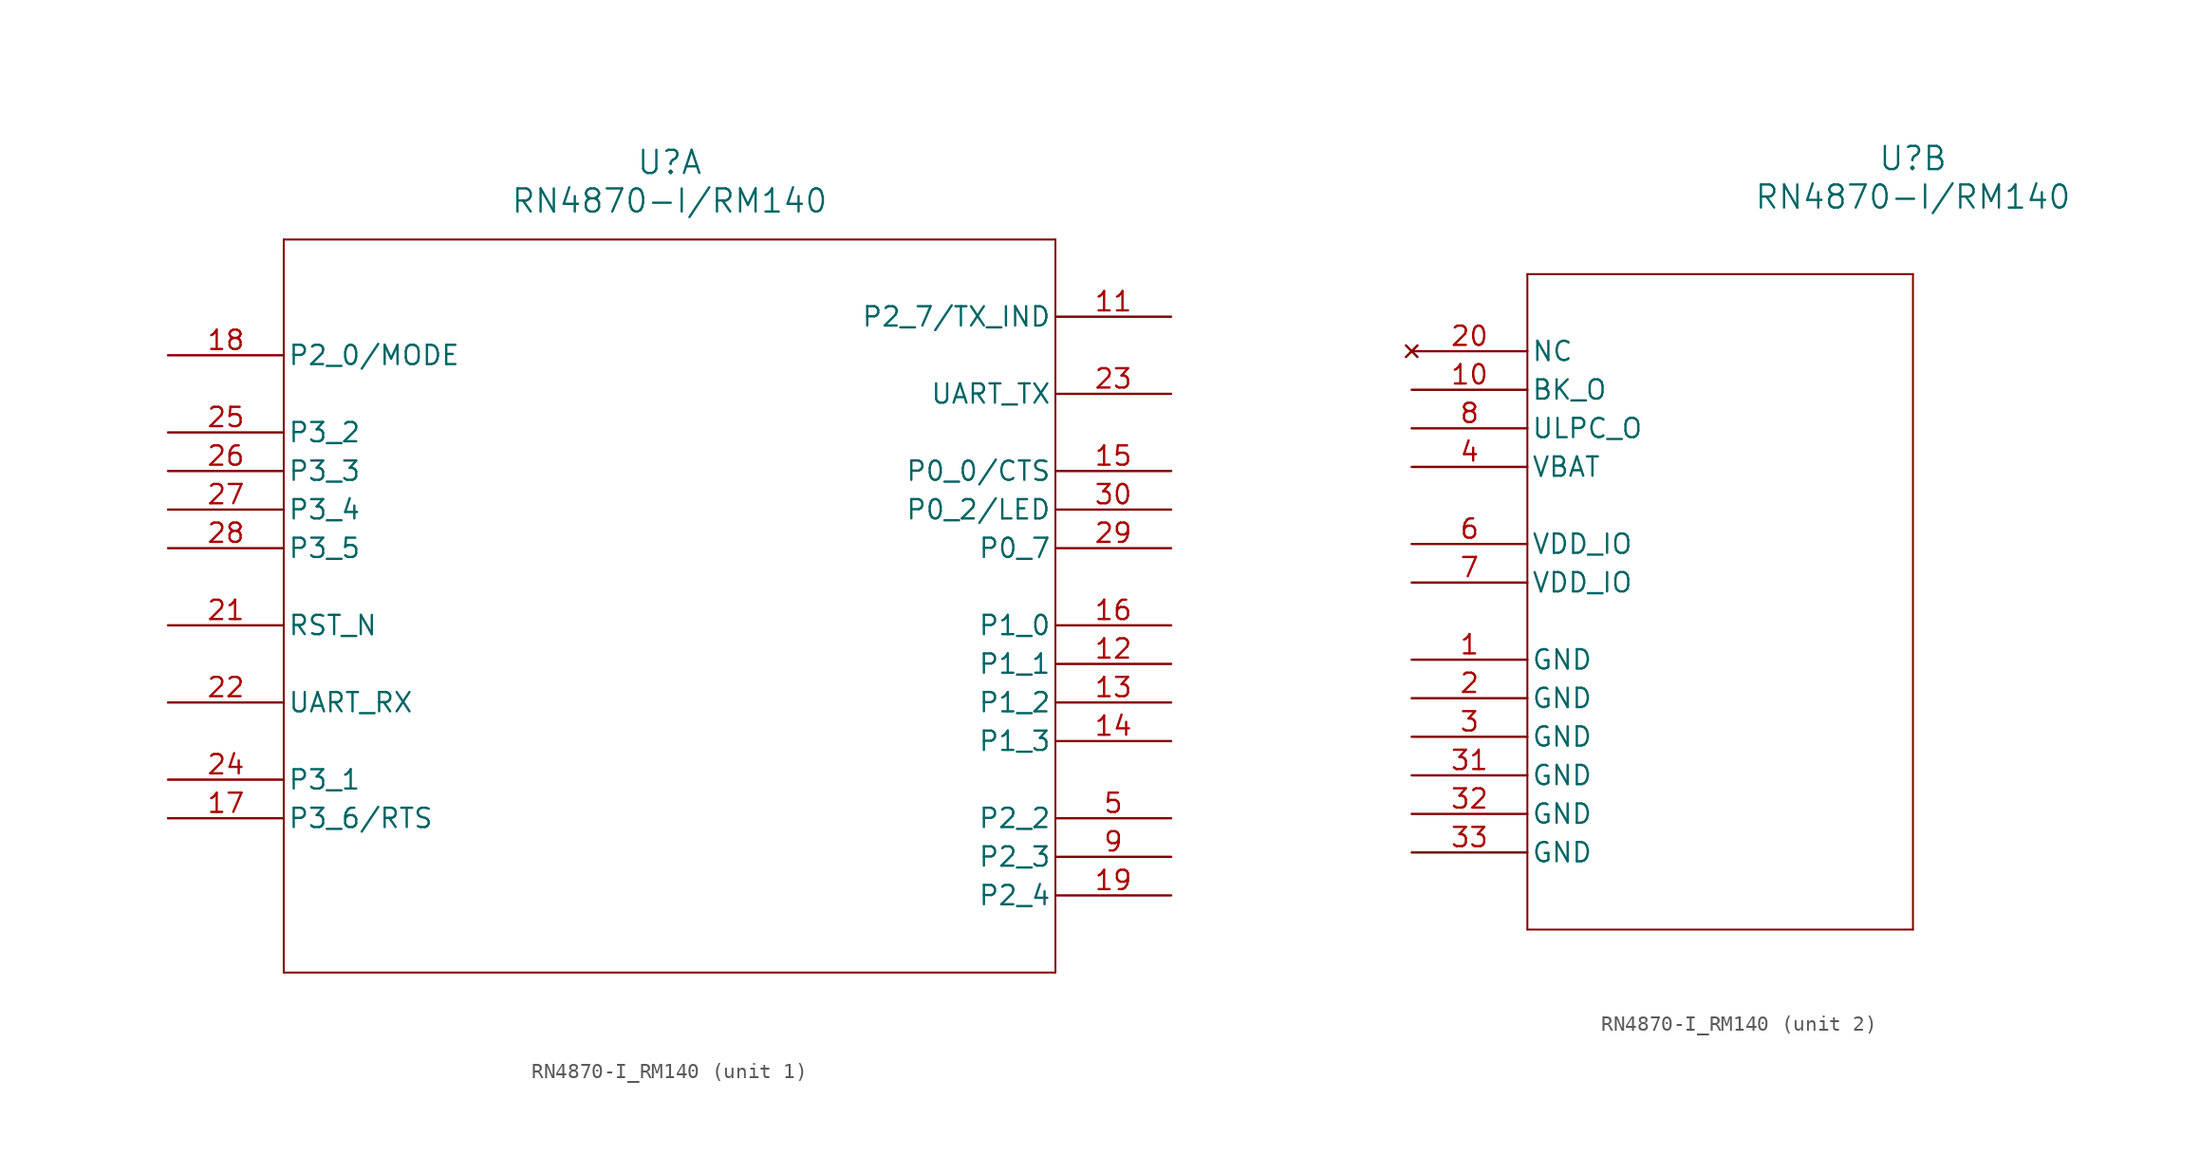
<source format=kicad_sym>
(kicad_symbol_lib
  (version 20211014)
  (generator kicad_symbol_editor)
  (symbol "RN4870-I_RM140"
    (pin_names
      (offset 0.254))
    (property "Reference" "U"
      (at 33.02 12.7 0)
      (effects (font (size 1.524 1.524))))
    (property "Value" "RN4870-I/RM140"
      (at 33.02 10.16 0)
      (effects (font (size 1.524 1.524))))
    (symbol "RN4870-I_RM140_1_1"
      (polyline (pts (xy 7.62 7.62) (xy 7.62 -40.64)) (stroke (width 0.127) (type default) (color 0 0 0 0)) (fill (type none)))
      (polyline (pts (xy 7.62 -40.64) (xy 58.42 -40.64)) (stroke (width 0.127) (type default) (color 0 0 0 0)) (fill (type none)))
      (polyline (pts (xy 58.42 -40.64) (xy 58.42 7.62)) (stroke (width 0.127) (type default) (color 0 0 0 0)) (fill (type none)))
      (polyline (pts (xy 58.42 7.62) (xy 7.62 7.62)) (stroke (width 0.127) (type default) (color 0 0 0 0)) (fill (type none)))
      (pin bidirectional line (at 66.04 -30.48 180) (length 7.62) (name "P2_2" (effects (font (size 1.27 1.27)))) (number "5" (effects (font (size 1.27 1.27)))))
      (pin bidirectional line (at 66.04 -33.02 180) (length 7.62) (name "P2_3" (effects (font (size 1.27 1.27)))) (number "9" (effects (font (size 1.27 1.27)))))
      (pin output line (at 66.04 2.54 180) (length 7.62) (name "P2_7/TX_IND" (effects (font (size 1.27 1.27)))) (number "11" (effects (font (size 1.27 1.27)))))
      (pin bidirectional line (at 66.04 -20.32 180) (length 7.62) (name "P1_1" (effects (font (size 1.27 1.27)))) (number "12" (effects (font (size 1.27 1.27)))))
      (pin bidirectional line (at 66.04 -22.86 180) (length 7.62) (name "P1_2" (effects (font (size 1.27 1.27)))) (number "13" (effects (font (size 1.27 1.27)))))
      (pin bidirectional line (at 66.04 -25.4 180) (length 7.62) (name "P1_3" (effects (font (size 1.27 1.27)))) (number "14" (effects (font (size 1.27 1.27)))))
      (pin bidirectional line (at 66.04 -7.62 180) (length 7.62) (name "P0_0/CTS" (effects (font (size 1.27 1.27)))) (number "15" (effects (font (size 1.27 1.27)))))
      (pin bidirectional line (at 66.04 -17.78 180) (length 7.62) (name "P1_0" (effects (font (size 1.27 1.27)))) (number "16" (effects (font (size 1.27 1.27)))))
      (pin bidirectional line (at 0 -30.48 0) (length 7.62) (name "P3_6/RTS" (effects (font (size 1.27 1.27)))) (number "17" (effects (font (size 1.27 1.27)))))
      (pin input line (at 0 0 0) (length 7.62) (name "P2_0/MODE" (effects (font (size 1.27 1.27)))) (number "18" (effects (font (size 1.27 1.27)))))
      (pin bidirectional line (at 66.04 -35.56 180) (length 7.62) (name "P2_4" (effects (font (size 1.27 1.27)))) (number "19" (effects (font (size 1.27 1.27)))))
      (pin input line (at 0 -17.78 0) (length 7.62) (name "RST_N" (effects (font (size 1.27 1.27)))) (number "21" (effects (font (size 1.27 1.27)))))
      (pin input line (at 0 -22.86 0) (length 7.62) (name "UART_RX" (effects (font (size 1.27 1.27)))) (number "22" (effects (font (size 1.27 1.27)))))
      (pin output line (at 66.04 -2.54 180) (length 7.62) (name "UART_TX" (effects (font (size 1.27 1.27)))) (number "23" (effects (font (size 1.27 1.27)))))
      (pin bidirectional line (at 0 -27.94 0) (length 7.62) (name "P3_1" (effects (font (size 1.27 1.27)))) (number "24" (effects (font (size 1.27 1.27)))))
      (pin input line (at 0 -5.08 0) (length 7.62) (name "P3_2" (effects (font (size 1.27 1.27)))) (number "25" (effects (font (size 1.27 1.27)))))
      (pin input line (at 0 -7.62 0) (length 7.62) (name "P3_3" (effects (font (size 1.27 1.27)))) (number "26" (effects (font (size 1.27 1.27)))))
      (pin input line (at 0 -10.16 0) (length 7.62) (name "P3_4" (effects (font (size 1.27 1.27)))) (number "27" (effects (font (size 1.27 1.27)))))
      (pin input line (at 0 -12.7 0) (length 7.62) (name "P3_5" (effects (font (size 1.27 1.27)))) (number "28" (effects (font (size 1.27 1.27)))))
      (pin bidirectional line (at 66.04 -12.7 180) (length 7.62) (name "P0_7" (effects (font (size 1.27 1.27)))) (number "29" (effects (font (size 1.27 1.27)))))
      (pin bidirectional line (at 66.04 -10.16 180) (length 7.62) (name "P0_2/LED" (effects (font (size 1.27 1.27)))) (number "30" (effects (font (size 1.27 1.27))))))
    (symbol "RN4870-I_RM140_2_1"
      (polyline (pts (xy 7.62 5.08) (xy 7.62 -38.1)) (stroke (width 0.127) (type default) (color 0 0 0 0)) (fill (type none)))
      (polyline (pts (xy 7.62 -38.1) (xy 33.02 -38.1)) (stroke (width 0.127) (type default) (color 0 0 0 0)) (fill (type none)))
      (polyline (pts (xy 33.02 -38.1) (xy 33.02 5.08)) (stroke (width 0.127) (type default) (color 0 0 0 0)) (fill (type none)))
      (polyline (pts (xy 33.02 5.08) (xy 7.62 5.08)) (stroke (width 0.127) (type default) (color 0 0 0 0)) (fill (type none)))
      (pin power_out line (at 0 -20.32 0) (length 7.62) (name "GND" (effects (font (size 1.27 1.27)))) (number "1" (effects (font (size 1.27 1.27)))))
      (pin power_out line (at 0 -22.86 0) (length 7.62) (name "GND" (effects (font (size 1.27 1.27)))) (number "2" (effects (font (size 1.27 1.27)))))
      (pin power_out line (at 0 -25.4 0) (length 7.62) (name "GND" (effects (font (size 1.27 1.27)))) (number "3" (effects (font (size 1.27 1.27)))))
      (pin power_in line (at 0 -7.62 0) (length 7.62) (name "VBAT" (effects (font (size 1.27 1.27)))) (number "4" (effects (font (size 1.27 1.27)))))
      (pin power_in line (at 0 -12.7 0) (length 7.62) (name "VDD_IO" (effects (font (size 1.27 1.27)))) (number "6" (effects (font (size 1.27 1.27)))))
      (pin power_in line (at 0 -15.24 0) (length 7.62) (name "VDD_IO" (effects (font (size 1.27 1.27)))) (number "7" (effects (font (size 1.27 1.27)))))
      (pin power_in line (at 0 -5.08 0) (length 7.62) (name "ULPC_O" (effects (font (size 1.27 1.27)))) (number "8" (effects (font (size 1.27 1.27)))))
      (pin power_in line (at 0 -2.54 0) (length 7.62) (name "BK_O" (effects (font (size 1.27 1.27)))) (number "10" (effects (font (size 1.27 1.27)))))
      (pin no_connect line (at 0 0 0) (length 7.62) (name "NC" (effects (font (size 1.27 1.27)))) (number "20" (effects (font (size 1.27 1.27)))))
      (pin power_out line (at 0 -27.94 0) (length 7.62) (name "GND" (effects (font (size 1.27 1.27)))) (number "31" (effects (font (size 1.27 1.27)))))
      (pin power_out line (at 0 -30.48 0) (length 7.62) (name "GND" (effects (font (size 1.27 1.27)))) (number "32" (effects (font (size 1.27 1.27)))))
      (pin power_out line (at 0 -33.02 0) (length 7.62) (name "GND" (effects (font (size 1.27 1.27)))) (number "33" (effects (font (size 1.27 1.27))))))))
</source>
